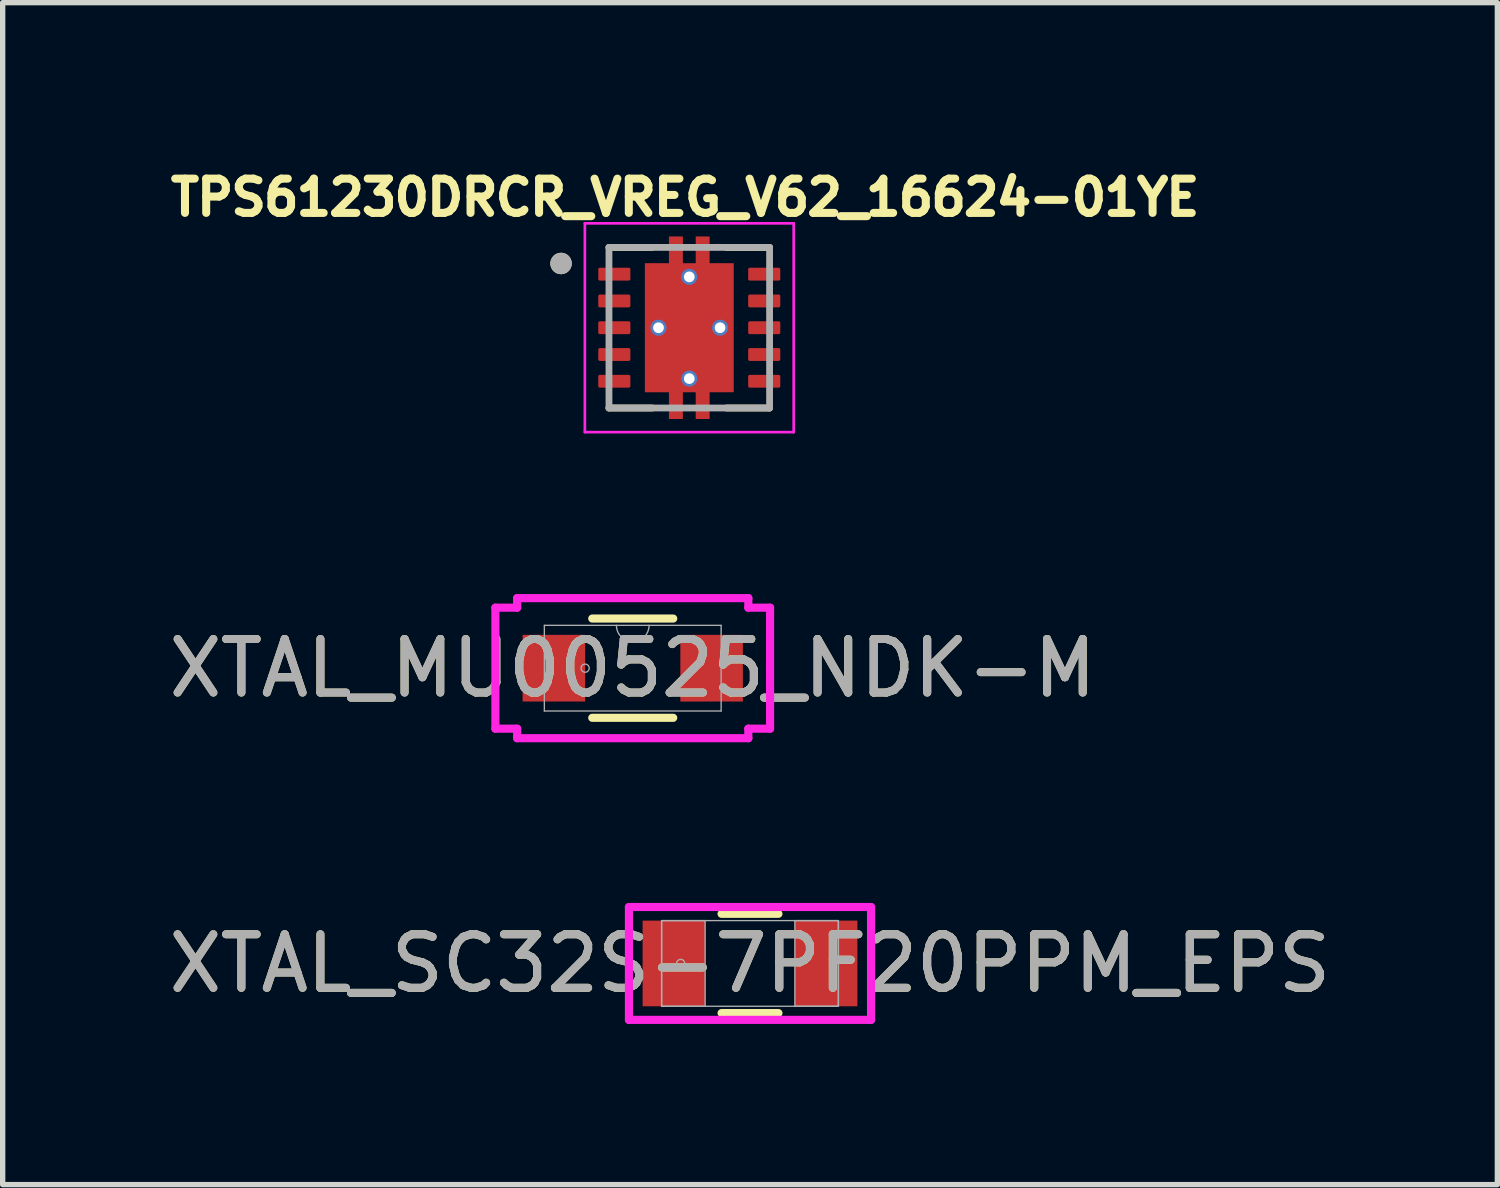
<source format=kicad_pcb>
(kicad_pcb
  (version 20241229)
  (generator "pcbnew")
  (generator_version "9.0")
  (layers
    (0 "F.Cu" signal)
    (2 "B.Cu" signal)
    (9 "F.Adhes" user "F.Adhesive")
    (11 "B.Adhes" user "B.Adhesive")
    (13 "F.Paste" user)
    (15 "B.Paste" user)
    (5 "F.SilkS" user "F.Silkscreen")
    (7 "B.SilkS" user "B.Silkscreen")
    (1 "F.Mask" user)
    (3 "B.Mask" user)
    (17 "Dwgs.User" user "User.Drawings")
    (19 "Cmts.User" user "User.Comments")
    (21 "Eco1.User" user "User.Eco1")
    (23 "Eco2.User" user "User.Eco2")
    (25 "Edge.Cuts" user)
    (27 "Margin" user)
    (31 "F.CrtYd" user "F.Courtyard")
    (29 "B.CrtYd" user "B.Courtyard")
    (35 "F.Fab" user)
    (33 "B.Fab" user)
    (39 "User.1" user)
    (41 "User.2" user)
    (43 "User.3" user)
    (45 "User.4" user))
  (footprint "XTAL_SC32S-7PF20PPM_EPS"
    (layer "F.Cu")
    (at 10.958 14.945)
    (property "Reference" "XTAL_SC32S-7PF20PPM_EPS" (at 0 0 0) (unlocked yes) (layer "F.SilkS") (effects (font (size 1 1) (thickness 0.15))))
    (attr smd)
    (fp_line (start -0.531 0.927) (end 0.531 0.927) (stroke (width 0.152) (type solid)) (layer "F.SilkS"))
    (fp_line (start 0.531 -0.927) (end -0.531 -0.927) (stroke (width 0.152) (type solid)) (layer "F.SilkS"))
    (fp_line (start -2.261 -1.054) (end 2.261 -1.054) (stroke (width 0.152) (type solid)) (layer "F.CrtYd"))
    (fp_line (start -2.261 1.054) (end -2.261 -1.054) (stroke (width 0.152) (type solid)) (layer "F.CrtYd"))
    (fp_line (start 2.261 -1.054) (end 2.261 1.054) (stroke (width 0.152) (type solid)) (layer "F.CrtYd"))
    (fp_line (start 2.261 1.054) (end -2.261 1.054) (stroke (width 0.152) (type solid)) (layer "F.CrtYd"))
    (fp_line (start -1.651 -0.8) (end -1.651 0.8) (stroke (width 0.025) (type solid)) (layer "F.Fab"))
    (fp_line (start -1.651 -0.8) (end -1.651 0.8) (stroke (width 0.025) (type solid)) (layer "F.Fab"))
    (fp_line (start -1.651 0.8) (end -0.838 0.8) (stroke (width 0.025) (type solid)) (layer "F.Fab"))
    (fp_line (start -1.651 0.8) (end 1.651 0.8) (stroke (width 0.025) (type solid)) (layer "F.Fab"))
    (fp_line (start -0.838 -0.8) (end -1.651 -0.8) (stroke (width 0.025) (type solid)) (layer "F.Fab"))
    (fp_line (start -0.838 0.8) (end -0.838 -0.8) (stroke (width 0.025) (type solid)) (layer "F.Fab"))
    (fp_line (start 0.838 -0.8) (end 0.838 0.8) (stroke (width 0.025) (type solid)) (layer "F.Fab"))
    (fp_line (start 0.838 0.8) (end 1.651 0.8) (stroke (width 0.025) (type solid)) (layer "F.Fab"))
    (fp_line (start 1.651 -0.8) (end -1.651 -0.8) (stroke (width 0.025) (type solid)) (layer "F.Fab"))
    (fp_line (start 1.651 -0.8) (end 0.838 -0.8) (stroke (width 0.025) (type solid)) (layer "F.Fab"))
    (fp_line (start 1.651 0.8) (end 1.651 -0.8) (stroke (width 0.025) (type solid)) (layer "F.Fab"))
    (fp_line (start 1.651 0.8) (end 1.651 -0.8) (stroke (width 0.025) (type solid)) (layer "F.Fab"))
    (fp_circle (center -1.295 0) (end -1.219 0) (stroke (width 0.025) (type solid)) (fill no) (layer "F.Fab"))
    (fp_text user "${REFERENCE}" (at 0 0 0) (unlocked yes) (layer "F.Fab") (effects (font (size 1 1) (thickness 0.15))))
    (pad "1" smd rect (at -1.422 0) (size 1.168 1.6) (layers "F.Cu" "F.Mask" "F.Paste"))
    (pad "2" smd rect (at 1.422 0) (size 1.168 1.6) (layers "F.Cu" "F.Mask" "F.Paste"))
    (zone (net_name "") (layer "F.Cu") (hatch full 0.508) (connect_pads) (min_thickness 0.254) (filled_areas_thickness no) (keepout (tracks not_allowed) (vias not_allowed) (pads allowed) (copperpour not_allowed) (footprints allowed)) (placement (enabled no)) (fill) (polygon (pts (xy 10.171 14.196) (xy 11.746 14.196) (xy 11.746 15.694) (xy 10.171 15.694)))))
  (footprint "TPS61230DRCR_VREG_V62_16624-01YE"
    (layer "F.Cu")
    (at 9.824 3.071)
    (property "Reference" "TPS61230DRCR_VREG_V62_16624-01YE" (at -0.078 -2.433 0) (layer "F.SilkS") (effects (font (size 0.64 0.64) (thickness 0.15))))
    (attr smd)
    (fp_poly (pts (xy -1.77 -1.19) (xy -1.03 -1.19) (xy -1.03 -0.81) (xy -1.77 -0.81)) (stroke (width 0.01) (type solid)) (fill yes) (layer "F.Mask"))
    (fp_poly (pts (xy -1.77 -0.69) (xy -1.03 -0.69) (xy -1.03 -0.31) (xy -1.77 -0.31)) (stroke (width 0.01) (type solid)) (fill yes) (layer "F.Mask"))
    (fp_poly (pts (xy -1.77 -0.19) (xy -1.03 -0.19) (xy -1.03 0.19) (xy -1.77 0.19)) (stroke (width 0.01) (type solid)) (fill yes) (layer "F.Mask"))
    (fp_poly (pts (xy -1.77 0.31) (xy -1.03 0.31) (xy -1.03 0.69) (xy -1.77 0.69)) (stroke (width 0.01) (type solid)) (fill yes) (layer "F.Mask"))
    (fp_poly (pts (xy -1.77 0.81) (xy -1.03 0.81) (xy -1.03 1.19) (xy -1.77 1.19)) (stroke (width 0.01) (type solid)) (fill yes) (layer "F.Mask"))
    (fp_poly (pts (xy 1.03 -1.19) (xy 1.77 -1.19) (xy 1.77 -0.81) (xy 1.03 -0.81)) (stroke (width 0.01) (type solid)) (fill yes) (layer "F.Mask"))
    (fp_poly (pts (xy 1.03 -0.69) (xy 1.77 -0.69) (xy 1.77 -0.31) (xy 1.03 -0.31)) (stroke (width 0.01) (type solid)) (fill yes) (layer "F.Mask"))
    (fp_poly (pts (xy 1.03 -0.19) (xy 1.77 -0.19) (xy 1.77 0.19) (xy 1.03 0.19)) (stroke (width 0.01) (type solid)) (fill yes) (layer "F.Mask"))
    (fp_poly (pts (xy 1.03 0.31) (xy 1.77 0.31) (xy 1.77 0.69) (xy 1.03 0.69)) (stroke (width 0.01) (type solid)) (fill yes) (layer "F.Mask"))
    (fp_poly (pts (xy 1.03 0.81) (xy 1.77 0.81) (xy 1.77 1.19) (xy 1.03 1.19)) (stroke (width 0.01) (type solid)) (fill yes) (layer "F.Mask"))
    (fp_poly (pts (xy -0.895 -1.27) (xy -0.445 -1.27) (xy -0.445 -1.77) (xy -0.055 -1.77) (xy -0.055 -1.27) (xy 0.055 -1.27) (xy 0.055 -1.77) (xy 0.445 -1.77) (xy 0.445 -1.27) (xy 0.895 -1.27) (xy 0.895 1.27) (xy 0.445 1.27) (xy 0.445 1.77) (xy 0.055 1.77) (xy 0.055 1.27) (xy -0.055 1.27) (xy -0.055 1.77) (xy -0.445 1.77) (xy -0.445 1.27) (xy -0.895 1.27)) (stroke (width 0.01) (type solid)) (fill yes) (layer "F.Mask"))
    (fp_line (start -1.5 -1.5) (end -0.695 -1.5) (stroke (width 0.127) (type solid)) (layer "F.SilkS"))
    (fp_line (start -1.5 1.5) (end -0.695 1.5) (stroke (width 0.127) (type solid)) (layer "F.SilkS"))
    (fp_line (start 0.695 -1.5) (end 1.5 -1.5) (stroke (width 0.127) (type solid)) (layer "F.SilkS"))
    (fp_line (start 0.695 1.5) (end 1.5 1.5) (stroke (width 0.127) (type solid)) (layer "F.SilkS"))
    (fp_circle (center -2.395 -1.2) (end -2.295 -1.2) (stroke (width 0.2) (type solid)) (fill no) (layer "F.SilkS"))
    (fp_poly (pts (xy -0.75 -1.16) (xy 0.75 -1.16) (xy 0.75 -0.1) (xy -0.75 -0.1)) (stroke (width 0.01) (type solid)) (fill yes) (layer "F.Paste"))
    (fp_poly (pts (xy -0.75 0.1) (xy 0.75 0.1) (xy 0.75 1.16) (xy -0.75 1.16)) (stroke (width 0.01) (type solid)) (fill yes) (layer "F.Paste"))
    (fp_poly (pts (xy -0.375 -1.7) (xy -0.125 -1.7) (xy -0.125 -1.36) (xy -0.375 -1.36)) (stroke (width 0.01) (type solid)) (fill yes) (layer "F.Paste"))
    (fp_poly (pts (xy -0.375 1.36) (xy -0.125 1.36) (xy -0.125 1.7) (xy -0.375 1.7)) (stroke (width 0.01) (type solid)) (fill yes) (layer "F.Paste"))
    (fp_poly (pts (xy 0.125 -1.7) (xy 0.375 -1.7) (xy 0.375 -1.36) (xy 0.125 -1.36)) (stroke (width 0.01) (type solid)) (fill yes) (layer "F.Paste"))
    (fp_poly (pts (xy 0.125 1.36) (xy 0.375 1.36) (xy 0.375 1.7) (xy 0.125 1.7)) (stroke (width 0.01) (type solid)) (fill yes) (layer "F.Paste"))
    (fp_line (start -1.95 -1.95) (end -1.95 1.95) (stroke (width 0.05) (type solid)) (layer "F.CrtYd"))
    (fp_line (start -1.95 -1.95) (end 1.95 -1.95) (stroke (width 0.05) (type solid)) (layer "F.CrtYd"))
    (fp_line (start -1.95 1.95) (end 1.95 1.95) (stroke (width 0.05) (type solid)) (layer "F.CrtYd"))
    (fp_line (start 1.95 -1.95) (end 1.95 1.95) (stroke (width 0.05) (type solid)) (layer "F.CrtYd"))
    (fp_line (start -1.5 -1.5) (end -1.5 1.5) (stroke (width 0.127) (type solid)) (layer "F.Fab"))
    (fp_line (start -1.5 -1.5) (end 1.5 -1.5) (stroke (width 0.127) (type solid)) (layer "F.Fab"))
    (fp_line (start -1.5 1.5) (end 1.5 1.5) (stroke (width 0.127) (type solid)) (layer "F.Fab"))
    (fp_line (start 1.5 -1.5) (end 1.5 1.5) (stroke (width 0.127) (type solid)) (layer "F.Fab"))
    (fp_circle (center -2.395 -1.2) (end -2.295 -1.2) (stroke (width 0.2) (type solid)) (fill no) (layer "F.Fab"))
    (pad "1" smd roundrect (at -1.4 -1) (size 0.6 0.24) (layers "F.Cu" "F.Paste") (roundrect_rratio 0.125))
    (pad "2" smd roundrect (at -1.4 -0.5) (size 0.6 0.24) (layers "F.Cu" "F.Paste") (roundrect_rratio 0.125))
    (pad "3" smd roundrect (at -1.4 0) (size 0.6 0.24) (layers "F.Cu" "F.Paste") (roundrect_rratio 0.125))
    (pad "4" smd roundrect (at -1.4 0.5) (size 0.6 0.24) (layers "F.Cu" "F.Paste") (roundrect_rratio 0.125))
    (pad "5" smd roundrect (at -1.4 1) (size 0.6 0.24) (layers "F.Cu" "F.Paste") (roundrect_rratio 0.125))
    (pad "6" smd roundrect (at 1.4 1) (size 0.6 0.24) (layers "F.Cu" "F.Paste") (roundrect_rratio 0.125))
    (pad "7" smd roundrect (at 1.4 0.5) (size 0.6 0.24) (layers "F.Cu" "F.Paste") (roundrect_rratio 0.125))
    (pad "8" smd roundrect (at 1.4 0) (size 0.6 0.24) (layers "F.Cu" "F.Paste") (roundrect_rratio 0.125))
    (pad "9" smd roundrect (at 1.4 -0.5) (size 0.6 0.24) (layers "F.Cu" "F.Paste") (roundrect_rratio 0.125))
    (pad "10" smd roundrect (at 1.4 -1) (size 0.6 0.24) (layers "F.Cu" "F.Paste") (roundrect_rratio 0.125))
    (pad "11" smd custom (at 0 0) (size 1.65 2.4) (layers "F.Cu") (options (anchor rect)) (primitives (gr_poly (pts (xy -0.825 -1.2) (xy -0.375 -1.2) (xy -0.375 -1.7) (xy -0.125 -1.7) (xy -0.125 -1.2) (xy 0.125 -1.2) (xy 0.125 -1.7) (xy 0.375 -1.7) (xy 0.375 -1.2) (xy 0.825 -1.2) (xy 0.825 1.2) (xy 0.375 1.2) (xy 0.375 1.7) (xy 0.125 1.7) (xy 0.125 1.2) (xy -0.125 1.2) (xy -0.125 1.7) (xy -0.375 1.7) (xy -0.375 1.2) (xy -0.825 1.2)) (width 0.01) (fill yes))))
    (pad "12" thru_hole circle (at 0 0.95) (size 0.3 0.3) (drill 0.2) (layers "*.Cu"))
    (pad "13" thru_hole circle (at -0.575 0) (size 0.3 0.3) (drill 0.2) (layers "*.Cu"))
    (pad "14" thru_hole circle (at 0.575 0) (size 0.3 0.3) (drill 0.2) (layers "*.Cu"))
    (pad "15" thru_hole circle (at 0 -0.95) (size 0.3 0.3) (drill 0.2) (layers "*.Cu")))
  (footprint "XTAL_MU00525_NDK-M"
    (layer "F.Cu")
    (at 8.768 9.43)
    (property "Reference" "XTAL_MU00525_NDK-M" (at 0 0 0) (unlocked yes) (layer "F.SilkS") (effects (font (size 1 1) (thickness 0.15))))
    (attr smd)
    (fp_line (start -0.756 0.927) (end 0.756 0.927) (stroke (width 0.152) (type solid)) (layer "F.SilkS"))
    (fp_line (start 0.756 -0.927) (end -0.756 -0.927) (stroke (width 0.152) (type solid)) (layer "F.SilkS"))
    (fp_line (start -2.565 -1.13) (end -2.159 -1.13) (stroke (width 0.152) (type solid)) (layer "F.CrtYd"))
    (fp_line (start -2.565 1.13) (end -2.565 -1.13) (stroke (width 0.152) (type solid)) (layer "F.CrtYd"))
    (fp_line (start -2.565 1.13) (end -2.159 1.13) (stroke (width 0.152) (type solid)) (layer "F.CrtYd"))
    (fp_line (start -2.159 -1.308) (end 2.159 -1.308) (stroke (width 0.152) (type solid)) (layer "F.CrtYd"))
    (fp_line (start -2.159 -1.13) (end -2.159 -1.308) (stroke (width 0.152) (type solid)) (layer "F.CrtYd"))
    (fp_line (start -2.159 1.308) (end -2.159 1.13) (stroke (width 0.152) (type solid)) (layer "F.CrtYd"))
    (fp_line (start 2.159 -1.308) (end 2.159 -1.13) (stroke (width 0.152) (type solid)) (layer "F.CrtYd"))
    (fp_line (start 2.159 1.13) (end 2.159 1.308) (stroke (width 0.152) (type solid)) (layer "F.CrtYd"))
    (fp_line (start 2.159 1.308) (end -2.159 1.308) (stroke (width 0.152) (type solid)) (layer "F.CrtYd"))
    (fp_line (start 2.565 -1.13) (end 2.159 -1.13) (stroke (width 0.152) (type solid)) (layer "F.CrtYd"))
    (fp_line (start 2.565 -1.13) (end 2.565 1.13) (stroke (width 0.152) (type solid)) (layer "F.CrtYd"))
    (fp_line (start 2.565 1.13) (end 2.159 1.13) (stroke (width 0.152) (type solid)) (layer "F.CrtYd"))
    (fp_line (start -1.651 -0.8) (end -1.651 0.8) (stroke (width 0.025) (type solid)) (layer "F.Fab"))
    (fp_line (start -1.651 0.8) (end 1.651 0.8) (stroke (width 0.025) (type solid)) (layer "F.Fab"))
    (fp_line (start 1.651 -0.8) (end -1.651 -0.8) (stroke (width 0.025) (type solid)) (layer "F.Fab"))
    (fp_line (start 1.651 0.8) (end 1.651 -0.8) (stroke (width 0.025) (type solid)) (layer "F.Fab"))
    (fp_arc (start 0.3048 -0.8001) (mid 0 -0.4953) (end -0.3048 -0.8001) (stroke (width 0.0254) (type solid)) (layer "F.Fab"))
    (fp_circle (center -0.889 0) (end -0.813 0) (stroke (width 0.025) (type solid)) (fill no) (layer "F.Fab"))
    (fp_text user "${REFERENCE}" (at 0 0 0) (unlocked yes) (layer "F.Fab") (effects (font (size 1 1) (thickness 0.15))))
    (pad "1" smd rect (at -1.473 0) (size 1.168 1.245) (layers "F.Cu" "F.Mask" "F.Paste"))
    (pad "2" smd rect (at 1.473 0) (size 1.168 1.245) (layers "F.Cu" "F.Mask" "F.Paste")))
  (gr_rect
    (start -3 -3)
    (end 24.917 19.075)
    (stroke (width 0.1) (type default))
    (fill no)
    (layer "Edge.Cuts")))
</source>
